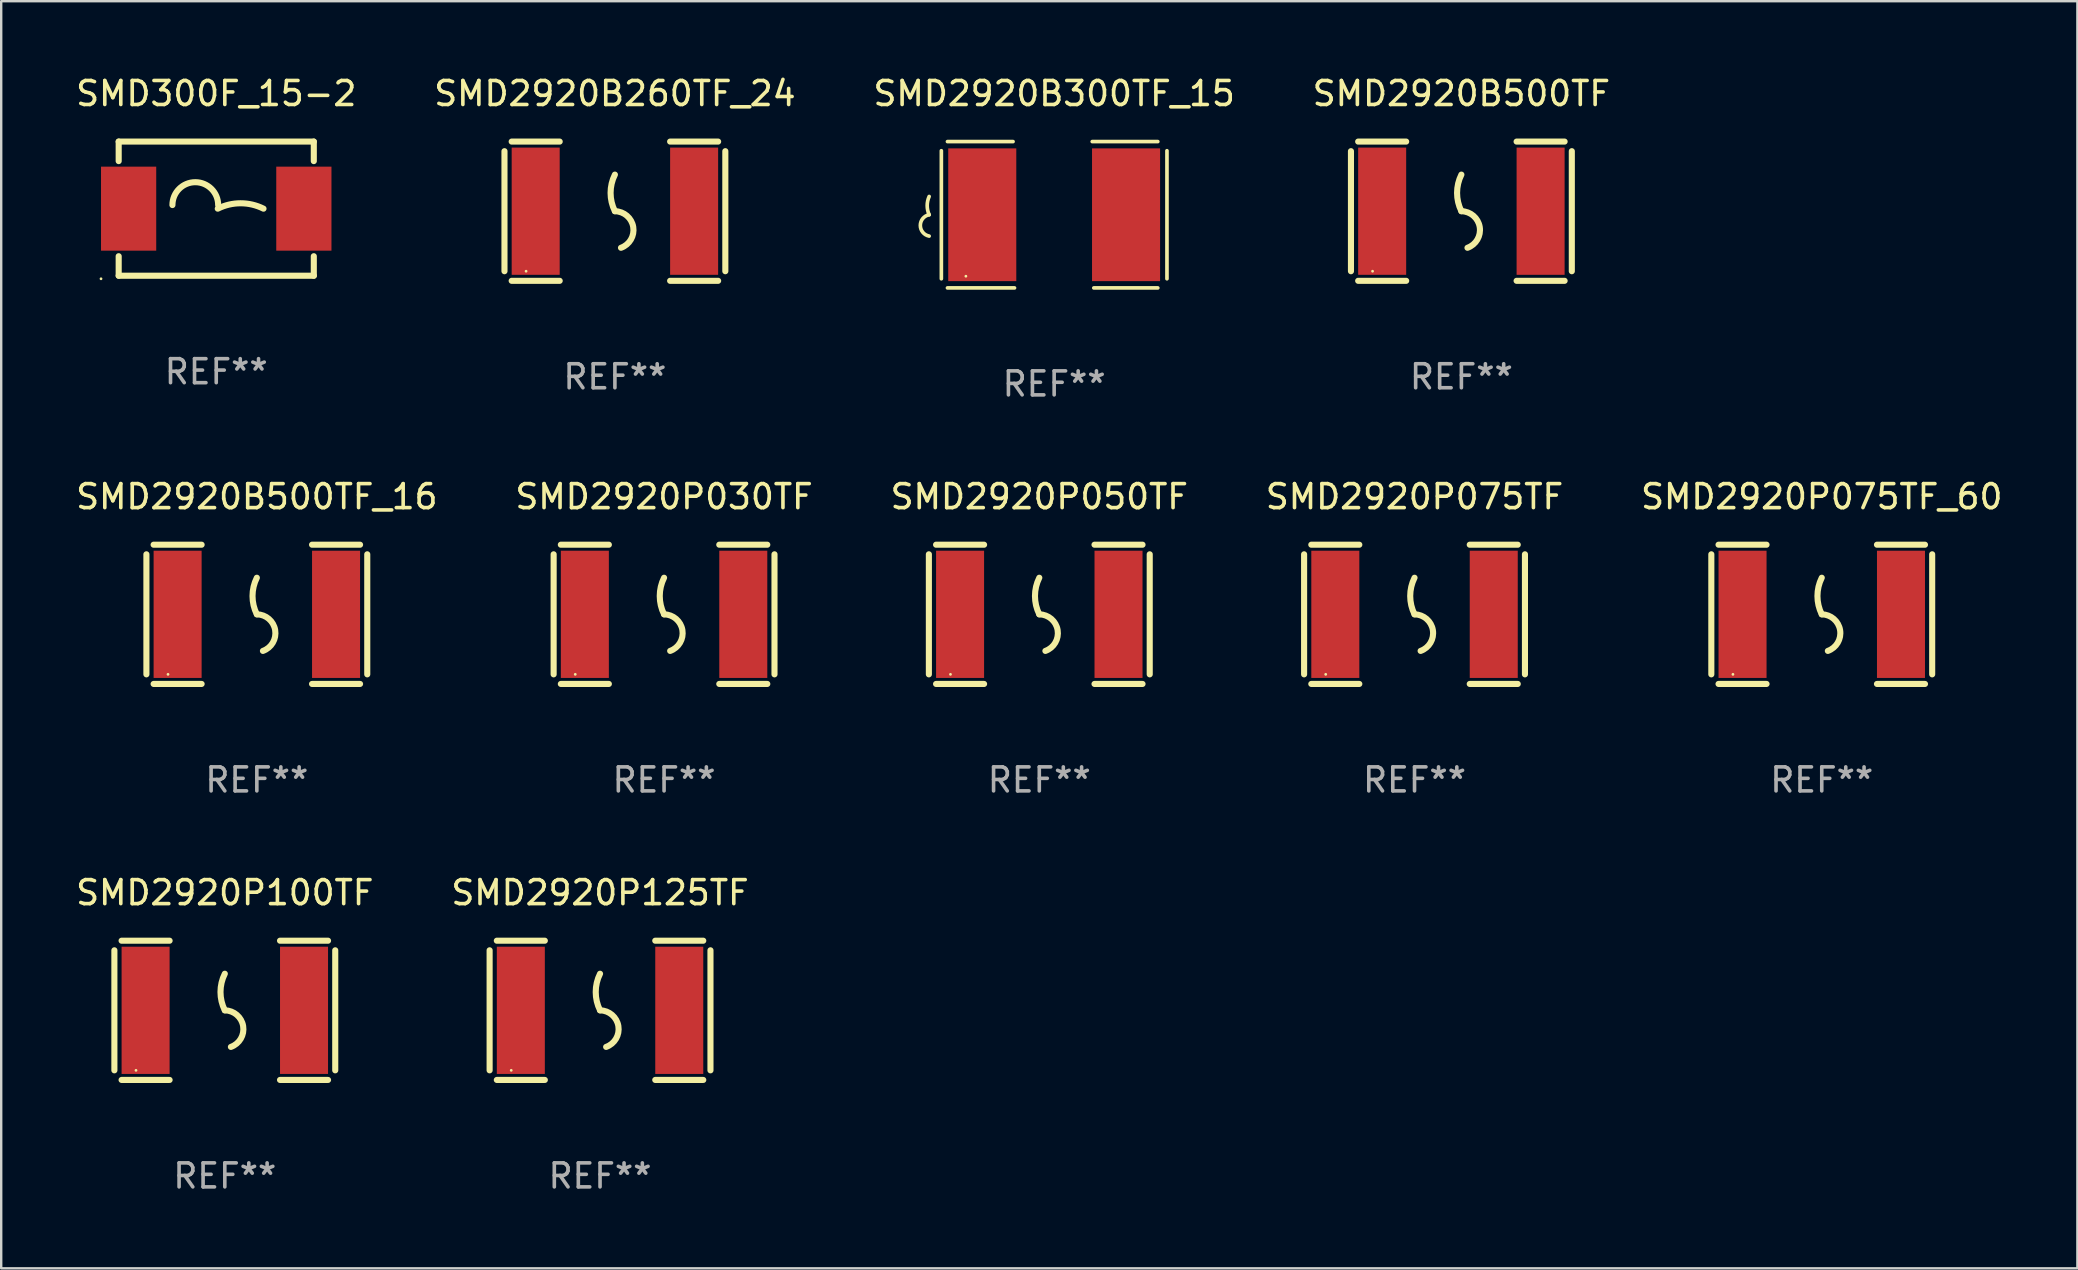
<source format=kicad_pcb>
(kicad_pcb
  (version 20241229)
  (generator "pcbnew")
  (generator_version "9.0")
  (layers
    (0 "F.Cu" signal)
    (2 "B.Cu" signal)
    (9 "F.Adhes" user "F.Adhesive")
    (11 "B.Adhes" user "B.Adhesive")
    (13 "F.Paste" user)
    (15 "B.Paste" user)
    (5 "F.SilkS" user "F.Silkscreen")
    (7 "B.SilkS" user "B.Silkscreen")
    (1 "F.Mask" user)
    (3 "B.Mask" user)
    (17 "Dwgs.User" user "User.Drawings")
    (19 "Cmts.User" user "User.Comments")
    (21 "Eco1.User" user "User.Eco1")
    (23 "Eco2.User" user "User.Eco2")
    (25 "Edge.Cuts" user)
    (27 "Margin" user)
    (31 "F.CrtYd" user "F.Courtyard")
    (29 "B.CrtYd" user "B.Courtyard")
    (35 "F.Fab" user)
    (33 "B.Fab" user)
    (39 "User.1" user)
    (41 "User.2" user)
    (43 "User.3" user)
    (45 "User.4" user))
  (footprint "SMD300F_15-2"
    (layer "F.Cu")
    (at 5.958 5.642)
    (property "Reference" "SMD300F_15-2" (at 0 -4.794 0) (layer "F.SilkS") (effects (font (size 1 1) (thickness 0.15))))
    (attr through_hole)
    (fp_line (start -4.064 -2.794) (end -4.064 -1.981) (stroke (width 0.254) (type solid)) (layer "F.SilkS"))
    (fp_line (start -4.064 1.981) (end -4.064 2.794) (stroke (width 0.254) (type solid)) (layer "F.SilkS"))
    (fp_line (start -4.064 2.794) (end 4.064 2.794) (stroke (width 0.254) (type solid)) (layer "F.SilkS"))
    (fp_line (start 4.064 -2.794) (end -4.064 -2.794) (stroke (width 0.254) (type solid)) (layer "F.SilkS"))
    (fp_line (start 4.064 -1.981) (end 4.064 -2.794) (stroke (width 0.254) (type solid)) (layer "F.SilkS"))
    (fp_line (start 4.064 2.794) (end 4.064 1.981) (stroke (width 0.254) (type solid)) (layer "F.SilkS"))
    (fp_arc (start -1.824943 -0.150013) (mid -0.872441 -1.102515) (end 0.080061 -0.150013) (stroke (width 0.254001) (type solid)) (layer "F.SilkS"))
    (fp_arc (start 0.063551 0.000483) (mid 1.016053 -0.224372) (end 1.968554 0.000483) (stroke (width 0.254001) (type solid)) (layer "F.SilkS"))
    (fp_circle (center -4.8 2.921) (end -4.77 2.921) (stroke (width 0.06) (type solid)) (fill no) (layer "F.SilkS"))
    (fp_text user "REF**" (at 0 6.794 0) (layer "F.Fab") (effects (font (size 1 1) (thickness 0.15))))
    (pad "1" smd rect (at -3.65 0.000051) (size 2.3 3.5) (layers "F.Cu" "F.Mask" "F.Paste"))
    (pad "2" smd rect (at 3.65 0.000051) (size 2.3 3.5) (layers "F.Cu" "F.Mask" "F.Paste")))
  (footprint "SMD2920B500TF_16"
    (layer "F.Cu")
    (at 7.649 22.541)
    (property "Reference" "SMD2920B500TF_16" (at 0 -4.9 0) (layer "F.SilkS") (effects (font (size 1 1) (thickness 0.15))))
    (attr through_hole)
    (fp_line (start -4.6 -2.5) (end -4.6 2.5) (stroke (width 0.254) (type solid)) (layer "F.SilkS"))
    (fp_line (start -4.3 -2.9) (end -2.3 -2.9) (stroke (width 0.254) (type solid)) (layer "F.SilkS"))
    (fp_line (start -4.3 2.9) (end -2.3 2.9) (stroke (width 0.254) (type solid)) (layer "F.SilkS"))
    (fp_line (start 2.3 -2.9) (end 4.3 -2.9) (stroke (width 0.254) (type solid)) (layer "F.SilkS"))
    (fp_line (start 2.3 2.9) (end 4.3 2.9) (stroke (width 0.254) (type solid)) (layer "F.SilkS"))
    (fp_line (start 4.6 -2.5) (end 4.6 2.5) (stroke (width 0.254) (type solid)) (layer "F.SilkS"))
    (fp_arc (start 0 0) (mid -0.179884 -0.762002) (end 0 -1.524003) (stroke (width 0.254001) (type solid)) (layer "F.SilkS"))
    (fp_arc (start 0 0) (mid 0.763086 0.655987) (end 0.254001 1.524003) (stroke (width 0.254001) (type solid)) (layer "F.SilkS"))
    (fp_circle (center -3.7 2.5) (end -3.67 2.5) (stroke (width 0.06) (type solid)) (fill no) (layer "F.SilkS"))
    (fp_text user "REF**" (at 0 6.9 0) (layer "F.Fab") (effects (font (size 1 1) (thickness 0.15))))
    (pad "1" smd rect (at -3.3 0) (size 2 5.3) (layers "F.Cu" "F.Mask" "F.Paste"))
    (pad "2" smd rect (at 3.3 0) (size 2 5.3) (layers "F.Cu" "F.Mask" "F.Paste")))
  (footprint "SMD2920P125TF"
    (layer "F.Cu")
    (at 21.946 39.037)
    (property "Reference" "SMD2920P125TF" (at 0 -4.9 0) (layer "F.SilkS") (effects (font (size 1 1) (thickness 0.15))))
    (attr through_hole)
    (fp_line (start -4.6 -2.5) (end -4.6 2.5) (stroke (width 0.254) (type solid)) (layer "F.SilkS"))
    (fp_line (start -4.3 -2.9) (end -2.3 -2.9) (stroke (width 0.254) (type solid)) (layer "F.SilkS"))
    (fp_line (start -4.3 2.9) (end -2.3 2.9) (stroke (width 0.254) (type solid)) (layer "F.SilkS"))
    (fp_line (start 2.3 -2.9) (end 4.3 -2.9) (stroke (width 0.254) (type solid)) (layer "F.SilkS"))
    (fp_line (start 2.3 2.9) (end 4.3 2.9) (stroke (width 0.254) (type solid)) (layer "F.SilkS"))
    (fp_line (start 4.6 -2.5) (end 4.6 2.5) (stroke (width 0.254) (type solid)) (layer "F.SilkS"))
    (fp_arc (start 0 0) (mid -0.179884 -0.762002) (end 0 -1.524003) (stroke (width 0.254001) (type solid)) (layer "F.SilkS"))
    (fp_arc (start 0 0) (mid 0.763086 0.655987) (end 0.254001 1.524003) (stroke (width 0.254001) (type solid)) (layer "F.SilkS"))
    (fp_circle (center -3.7 2.5) (end -3.67 2.5) (stroke (width 0.06) (type solid)) (fill no) (layer "F.SilkS"))
    (fp_text user "REF**" (at 0 6.9 0) (layer "F.Fab") (effects (font (size 1 1) (thickness 0.15))))
    (pad "1" smd rect (at -3.3 0) (size 2 5.3) (layers "F.Cu" "F.Mask" "F.Paste"))
    (pad "2" smd rect (at 3.3 0) (size 2 5.3) (layers "F.Cu" "F.Mask" "F.Paste")))
  (footprint "SMD2920P075TF_60"
    (layer "F.Cu")
    (at 72.839 22.541)
    (property "Reference" "SMD2920P075TF_60" (at 0 -4.9 0) (layer "F.SilkS") (effects (font (size 1 1) (thickness 0.15))))
    (attr through_hole)
    (fp_line (start -4.6 -2.5) (end -4.6 2.5) (stroke (width 0.254) (type solid)) (layer "F.SilkS"))
    (fp_line (start -4.3 -2.9) (end -2.3 -2.9) (stroke (width 0.254) (type solid)) (layer "F.SilkS"))
    (fp_line (start -4.3 2.9) (end -2.3 2.9) (stroke (width 0.254) (type solid)) (layer "F.SilkS"))
    (fp_line (start 2.3 -2.9) (end 4.3 -2.9) (stroke (width 0.254) (type solid)) (layer "F.SilkS"))
    (fp_line (start 2.3 2.9) (end 4.3 2.9) (stroke (width 0.254) (type solid)) (layer "F.SilkS"))
    (fp_line (start 4.6 -2.5) (end 4.6 2.5) (stroke (width 0.254) (type solid)) (layer "F.SilkS"))
    (fp_arc (start 0 0) (mid -0.179884 -0.762002) (end 0 -1.524003) (stroke (width 0.254001) (type solid)) (layer "F.SilkS"))
    (fp_arc (start 0 0) (mid 0.763086 0.655987) (end 0.254001 1.524003) (stroke (width 0.254001) (type solid)) (layer "F.SilkS"))
    (fp_circle (center -3.7 2.5) (end -3.67 2.5) (stroke (width 0.06) (type solid)) (fill no) (layer "F.SilkS"))
    (fp_text user "REF**" (at 0 6.9 0) (layer "F.Fab") (effects (font (size 1 1) (thickness 0.15))))
    (pad "1" smd rect (at -3.3 0) (size 2 5.3) (layers "F.Cu" "F.Mask" "F.Paste"))
    (pad "2" smd rect (at 3.3 0) (size 2 5.3) (layers "F.Cu" "F.Mask" "F.Paste")))
  (footprint "SMD2920B300TF_15"
    (layer "F.Cu")
    (at 40.863 5.896)
    (property "Reference" "SMD2920B300TF_15" (at 0 -5.048 0) (layer "F.SilkS") (effects (font (size 1 1) (thickness 0.15))))
    (attr through_hole)
    (fp_line (start -4.699 -2.667) (end -4.699 2.667) (stroke (width 0.152) (type solid)) (layer "F.SilkS"))
    (fp_line (start -4.445 -3.048) (end -1.712 -3.048) (stroke (width 0.152) (type solid)) (layer "F.SilkS"))
    (fp_line (start -1.651 3.048) (end -4.445 3.048) (stroke (width 0.152) (type solid)) (layer "F.SilkS"))
    (fp_line (start 1.651 3.048) (end 4.318 3.048) (stroke (width 0.152) (type solid)) (layer "F.SilkS"))
    (fp_line (start 4.318 -3.048) (end 1.585 -3.048) (stroke (width 0.152) (type solid)) (layer "F.SilkS"))
    (fp_line (start 4.699 -2.667) (end 4.699 2.667) (stroke (width 0.152) (type solid)) (layer "F.SilkS"))
    (fp_arc (start -5.20701 0) (mid -5.288646 -0.381001) (end -5.20701 -0.762002) (stroke (width 0.151994) (type solid)) (layer "F.SilkS"))
    (fp_arc (start -5.20701 0.889002) (mid -5.574698 0.444501) (end -5.20701 0) (stroke (width 0.151994) (type solid)) (layer "F.SilkS"))
    (fp_circle (center -3.677 2.56) (end -3.647 2.56) (stroke (width 0.06) (type solid)) (fill no) (layer "F.SilkS"))
    (fp_text user "REF**" (at 0 7.048 0) (layer "F.Fab") (effects (font (size 1 1) (thickness 0.15))))
    (pad "1" smd rect (at -2.995 0) (size 2.835 5.53) (layers "F.Cu" "F.Mask" "F.Paste"))
    (pad "2" smd rect (at 2.995 0) (size 2.835 5.53) (layers "F.Cu" "F.Mask" "F.Paste")))
  (footprint "SMD2920P075TF"
    (layer "F.Cu")
    (at 55.875 22.541)
    (property "Reference" "SMD2920P075TF" (at 0 -4.9 0) (layer "F.SilkS") (effects (font (size 1 1) (thickness 0.15))))
    (attr through_hole)
    (fp_line (start -4.6 -2.5) (end -4.6 2.5) (stroke (width 0.254) (type solid)) (layer "F.SilkS"))
    (fp_line (start -4.3 -2.9) (end -2.3 -2.9) (stroke (width 0.254) (type solid)) (layer "F.SilkS"))
    (fp_line (start -4.3 2.9) (end -2.3 2.9) (stroke (width 0.254) (type solid)) (layer "F.SilkS"))
    (fp_line (start 2.3 -2.9) (end 4.3 -2.9) (stroke (width 0.254) (type solid)) (layer "F.SilkS"))
    (fp_line (start 2.3 2.9) (end 4.3 2.9) (stroke (width 0.254) (type solid)) (layer "F.SilkS"))
    (fp_line (start 4.6 -2.5) (end 4.6 2.5) (stroke (width 0.254) (type solid)) (layer "F.SilkS"))
    (fp_arc (start 0 0) (mid -0.179884 -0.762002) (end 0 -1.524003) (stroke (width 0.254001) (type solid)) (layer "F.SilkS"))
    (fp_arc (start 0 0) (mid 0.763086 0.655987) (end 0.254001 1.524003) (stroke (width 0.254001) (type solid)) (layer "F.SilkS"))
    (fp_circle (center -3.7 2.5) (end -3.67 2.5) (stroke (width 0.06) (type solid)) (fill no) (layer "F.SilkS"))
    (fp_text user "REF**" (at 0 6.9 0) (layer "F.Fab") (effects (font (size 1 1) (thickness 0.15))))
    (pad "1" smd rect (at -3.3 0) (size 2 5.3) (layers "F.Cu" "F.Mask" "F.Paste"))
    (pad "2" smd rect (at 3.3 0) (size 2 5.3) (layers "F.Cu" "F.Mask" "F.Paste")))
  (footprint "SMD2920P030TF"
    (layer "F.Cu")
    (at 24.613 22.541)
    (property "Reference" "SMD2920P030TF" (at 0 -4.9 0) (layer "F.SilkS") (effects (font (size 1 1) (thickness 0.15))))
    (attr through_hole)
    (fp_line (start -4.6 -2.5) (end -4.6 2.5) (stroke (width 0.254) (type solid)) (layer "F.SilkS"))
    (fp_line (start -4.3 -2.9) (end -2.3 -2.9) (stroke (width 0.254) (type solid)) (layer "F.SilkS"))
    (fp_line (start -4.3 2.9) (end -2.3 2.9) (stroke (width 0.254) (type solid)) (layer "F.SilkS"))
    (fp_line (start 2.3 -2.9) (end 4.3 -2.9) (stroke (width 0.254) (type solid)) (layer "F.SilkS"))
    (fp_line (start 2.3 2.9) (end 4.3 2.9) (stroke (width 0.254) (type solid)) (layer "F.SilkS"))
    (fp_line (start 4.6 -2.5) (end 4.6 2.5) (stroke (width 0.254) (type solid)) (layer "F.SilkS"))
    (fp_arc (start 0 0) (mid -0.179884 -0.762002) (end 0 -1.524003) (stroke (width 0.254001) (type solid)) (layer "F.SilkS"))
    (fp_arc (start 0 0) (mid 0.763086 0.655987) (end 0.254001 1.524003) (stroke (width 0.254001) (type solid)) (layer "F.SilkS"))
    (fp_circle (center -3.7 2.5) (end -3.67 2.5) (stroke (width 0.06) (type solid)) (fill no) (layer "F.SilkS"))
    (fp_text user "REF**" (at 0 6.9 0) (layer "F.Fab") (effects (font (size 1 1) (thickness 0.15))))
    (pad "1" smd rect (at -3.3 0) (size 2 5.3) (layers "F.Cu" "F.Mask" "F.Paste"))
    (pad "2" smd rect (at 3.3 0) (size 2 5.3) (layers "F.Cu" "F.Mask" "F.Paste")))
  (footprint "SMD2920B500TF"
    (layer "F.Cu")
    (at 57.827 5.748)
    (property "Reference" "SMD2920B500TF" (at 0 -4.9 0) (layer "F.SilkS") (effects (font (size 1 1) (thickness 0.15))))
    (attr through_hole)
    (fp_line (start -4.6 -2.5) (end -4.6 2.5) (stroke (width 0.254) (type solid)) (layer "F.SilkS"))
    (fp_line (start -4.3 -2.9) (end -2.3 -2.9) (stroke (width 0.254) (type solid)) (layer "F.SilkS"))
    (fp_line (start -4.3 2.9) (end -2.3 2.9) (stroke (width 0.254) (type solid)) (layer "F.SilkS"))
    (fp_line (start 2.3 -2.9) (end 4.3 -2.9) (stroke (width 0.254) (type solid)) (layer "F.SilkS"))
    (fp_line (start 2.3 2.9) (end 4.3 2.9) (stroke (width 0.254) (type solid)) (layer "F.SilkS"))
    (fp_line (start 4.6 -2.5) (end 4.6 2.5) (stroke (width 0.254) (type solid)) (layer "F.SilkS"))
    (fp_arc (start 0 0) (mid -0.179884 -0.762002) (end 0 -1.524003) (stroke (width 0.254001) (type solid)) (layer "F.SilkS"))
    (fp_arc (start 0 0) (mid 0.763086 0.655987) (end 0.254001 1.524003) (stroke (width 0.254001) (type solid)) (layer "F.SilkS"))
    (fp_circle (center -3.7 2.5) (end -3.67 2.5) (stroke (width 0.06) (type solid)) (fill no) (layer "F.SilkS"))
    (fp_text user "REF**" (at 0 6.9 0) (layer "F.Fab") (effects (font (size 1 1) (thickness 0.15))))
    (pad "1" smd rect (at -3.3 0) (size 2 5.3) (layers "F.Cu" "F.Mask" "F.Paste"))
    (pad "2" smd rect (at 3.3 0) (size 2 5.3) (layers "F.Cu" "F.Mask" "F.Paste")))
  (footprint "SMD2920P100TF"
    (layer "F.Cu")
    (at 6.315 39.037)
    (property "Reference" "SMD2920P100TF" (at 0 -4.9 0) (layer "F.SilkS") (effects (font (size 1 1) (thickness 0.15))))
    (attr through_hole)
    (fp_line (start -4.6 -2.5) (end -4.6 2.5) (stroke (width 0.254) (type solid)) (layer "F.SilkS"))
    (fp_line (start -4.3 -2.9) (end -2.3 -2.9) (stroke (width 0.254) (type solid)) (layer "F.SilkS"))
    (fp_line (start -4.3 2.9) (end -2.3 2.9) (stroke (width 0.254) (type solid)) (layer "F.SilkS"))
    (fp_line (start 2.3 -2.9) (end 4.3 -2.9) (stroke (width 0.254) (type solid)) (layer "F.SilkS"))
    (fp_line (start 2.3 2.9) (end 4.3 2.9) (stroke (width 0.254) (type solid)) (layer "F.SilkS"))
    (fp_line (start 4.6 -2.5) (end 4.6 2.5) (stroke (width 0.254) (type solid)) (layer "F.SilkS"))
    (fp_arc (start 0 0) (mid -0.179884 -0.762002) (end 0 -1.524003) (stroke (width 0.254001) (type solid)) (layer "F.SilkS"))
    (fp_arc (start 0 0) (mid 0.763086 0.655987) (end 0.254001 1.524003) (stroke (width 0.254001) (type solid)) (layer "F.SilkS"))
    (fp_circle (center -3.7 2.5) (end -3.67 2.5) (stroke (width 0.06) (type solid)) (fill no) (layer "F.SilkS"))
    (fp_text user "REF**" (at 0 6.9 0) (layer "F.Fab") (effects (font (size 1 1) (thickness 0.15))))
    (pad "1" smd rect (at -3.3 0) (size 2 5.3) (layers "F.Cu" "F.Mask" "F.Paste"))
    (pad "2" smd rect (at 3.3 0) (size 2 5.3) (layers "F.Cu" "F.Mask" "F.Paste")))
  (footprint "SMD2920B260TF_24"
    (layer "F.Cu")
    (at 22.565 5.748)
    (property "Reference" "SMD2920B260TF_24" (at 0 -4.9 0) (layer "F.SilkS") (effects (font (size 1 1) (thickness 0.15))))
    (attr through_hole)
    (fp_line (start -4.6 -2.5) (end -4.6 2.5) (stroke (width 0.254) (type solid)) (layer "F.SilkS"))
    (fp_line (start -4.3 -2.9) (end -2.3 -2.9) (stroke (width 0.254) (type solid)) (layer "F.SilkS"))
    (fp_line (start -4.3 2.9) (end -2.3 2.9) (stroke (width 0.254) (type solid)) (layer "F.SilkS"))
    (fp_line (start 2.3 -2.9) (end 4.3 -2.9) (stroke (width 0.254) (type solid)) (layer "F.SilkS"))
    (fp_line (start 2.3 2.9) (end 4.3 2.9) (stroke (width 0.254) (type solid)) (layer "F.SilkS"))
    (fp_line (start 4.6 -2.5) (end 4.6 2.5) (stroke (width 0.254) (type solid)) (layer "F.SilkS"))
    (fp_arc (start 0 0) (mid -0.179884 -0.762002) (end 0 -1.524003) (stroke (width 0.254001) (type solid)) (layer "F.SilkS"))
    (fp_arc (start 0 0) (mid 0.763086 0.655987) (end 0.254001 1.524003) (stroke (width 0.254001) (type solid)) (layer "F.SilkS"))
    (fp_circle (center -3.7 2.5) (end -3.67 2.5) (stroke (width 0.06) (type solid)) (fill no) (layer "F.SilkS"))
    (fp_text user "REF**" (at 0 6.9 0) (layer "F.Fab") (effects (font (size 1 1) (thickness 0.15))))
    (pad "1" smd rect (at -3.3 0) (size 2 5.3) (layers "F.Cu" "F.Mask" "F.Paste"))
    (pad "2" smd rect (at 3.3 0) (size 2 5.3) (layers "F.Cu" "F.Mask" "F.Paste")))
  (footprint "SMD2920P050TF"
    (layer "F.Cu")
    (at 40.244 22.541)
    (property "Reference" "SMD2920P050TF" (at 0 -4.9 0) (layer "F.SilkS") (effects (font (size 1 1) (thickness 0.15))))
    (attr through_hole)
    (fp_line (start -4.6 -2.5) (end -4.6 2.5) (stroke (width 0.254) (type solid)) (layer "F.SilkS"))
    (fp_line (start -4.3 -2.9) (end -2.3 -2.9) (stroke (width 0.254) (type solid)) (layer "F.SilkS"))
    (fp_line (start -4.3 2.9) (end -2.3 2.9) (stroke (width 0.254) (type solid)) (layer "F.SilkS"))
    (fp_line (start 2.3 -2.9) (end 4.3 -2.9) (stroke (width 0.254) (type solid)) (layer "F.SilkS"))
    (fp_line (start 2.3 2.9) (end 4.3 2.9) (stroke (width 0.254) (type solid)) (layer "F.SilkS"))
    (fp_line (start 4.6 -2.5) (end 4.6 2.5) (stroke (width 0.254) (type solid)) (layer "F.SilkS"))
    (fp_arc (start 0 0) (mid -0.179884 -0.762002) (end 0 -1.524003) (stroke (width 0.254001) (type solid)) (layer "F.SilkS"))
    (fp_arc (start 0 0) (mid 0.763086 0.655987) (end 0.254001 1.524003) (stroke (width 0.254001) (type solid)) (layer "F.SilkS"))
    (fp_circle (center -3.7 2.5) (end -3.67 2.5) (stroke (width 0.06) (type solid)) (fill no) (layer "F.SilkS"))
    (fp_text user "REF**" (at 0 6.9 0) (layer "F.Fab") (effects (font (size 1 1) (thickness 0.15))))
    (pad "1" smd rect (at -3.3 0) (size 2 5.3) (layers "F.Cu" "F.Mask" "F.Paste"))
    (pad "2" smd rect (at 3.3 0) (size 2 5.3) (layers "F.Cu" "F.Mask" "F.Paste")))
  (gr_rect
    (start -3 -3)
    (end 83.488 49.786)
    (stroke (width 0.1) (type default))
    (fill no)
    (layer "Edge.Cuts")))
</source>
